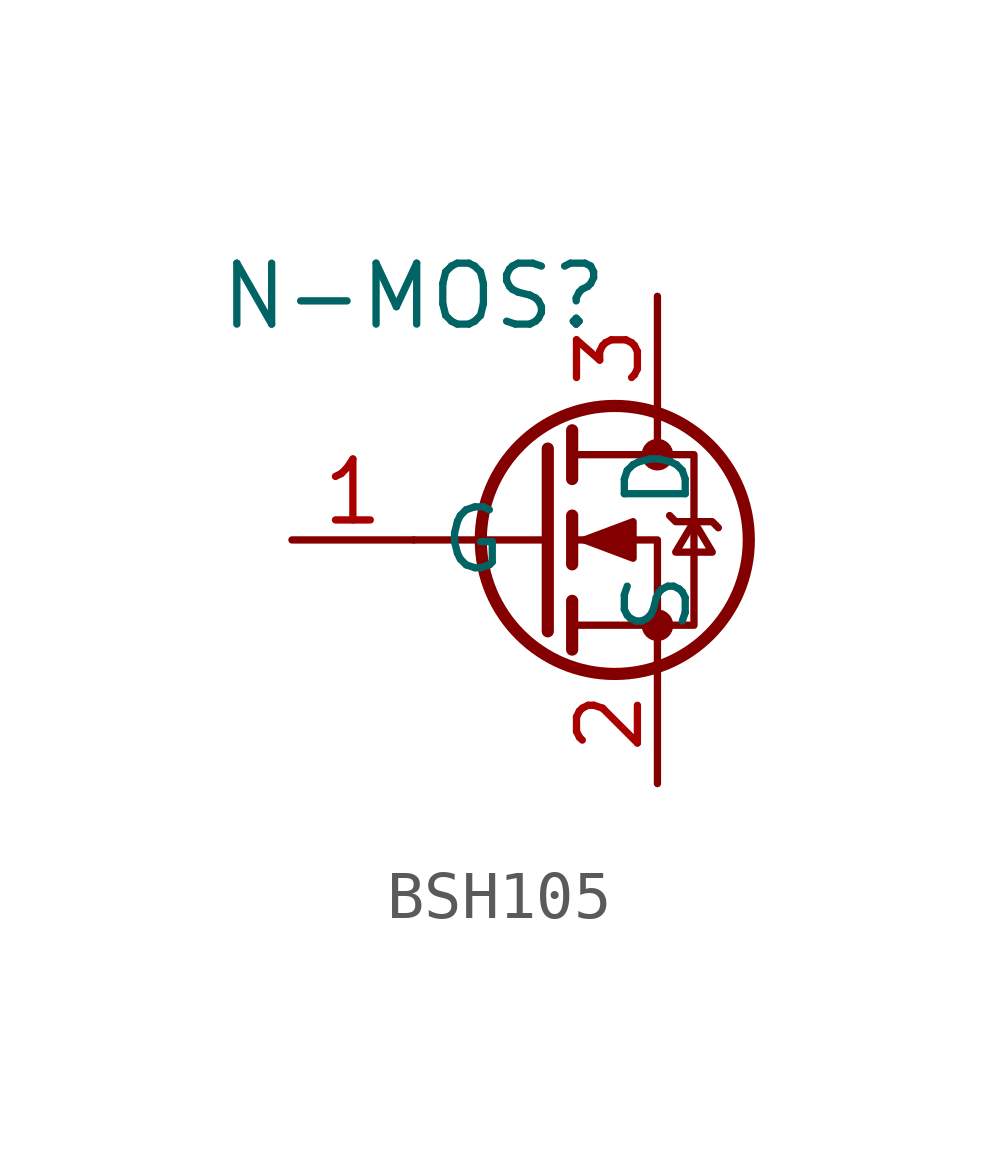
<source format=kicad_sym>
(kicad_symbol_lib
  (version 20241209)
  (generator "kicad_symbol_editor")
  (generator_version "9.0")
  (symbol "BSH105"
    (property "Reference" "N-MOS"
      (at 0 0 0)
      (effects (font (size 1.27 1.27))))
    (property "Value" ""
      (at 0 0 0)
      (effects (font (size 1.27 1.27))))
    (symbol "BSH105_0_1"
      (polyline (pts (xy 2.794 -3.175) (xy 2.794 -6.985)) (stroke (width 0.254) (type default)) (fill (type none)))
      (polyline (pts (xy 2.794 -5.08) (xy 0 -5.08)) (stroke (width 0) (type default)) (fill (type none)))
      (polyline (pts (xy 3.302 -2.794) (xy 3.302 -3.81)) (stroke (width 0.254) (type default)) (fill (type none)))
      (polyline (pts (xy 3.302 -4.572) (xy 3.302 -5.588)) (stroke (width 0.254) (type default)) (fill (type none)))
      (polyline (pts (xy 3.302 -6.35) (xy 3.302 -7.366)) (stroke (width 0.254) (type default)) (fill (type none)))
      (polyline (pts (xy 3.302 -6.858) (xy 5.842 -6.858) (xy 5.842 -3.302) (xy 3.302 -3.302)) (stroke (width 0) (type default)) (fill (type none)))
      (polyline (pts (xy 3.556 -5.08) (xy 4.572 -4.699) (xy 4.572 -5.461) (xy 3.556 -5.08)) (stroke (width 0) (type default)) (fill (type outline)))
      (circle (center 4.191 -5.08) (radius 2.794) (stroke (width 0.254) (type default)) (fill (type none)))
      (polyline (pts (xy 5.08 -2.54) (xy 5.08 -3.302)) (stroke (width 0) (type default)) (fill (type none)))
      (circle (center 5.08 -3.302) (radius 0.254) (stroke (width 0) (type default)) (fill (type outline)))
      (circle (center 5.08 -6.858) (radius 0.254) (stroke (width 0) (type default)) (fill (type outline)))
      (polyline (pts (xy 5.08 -7.62) (xy 5.08 -5.08) (xy 3.302 -5.08)) (stroke (width 0) (type default)) (fill (type none)))
      (polyline (pts (xy 5.334 -4.572) (xy 5.461 -4.699) (xy 6.223 -4.699) (xy 6.35 -4.826)) (stroke (width 0) (type default)) (fill (type none)))
      (polyline (pts (xy 5.842 -4.699) (xy 5.461 -5.334) (xy 6.223 -5.334) (xy 5.842 -4.699)) (stroke (width 0) (type default)) (fill (type none))))
    (symbol "BSH105_1_1"
      (pin input line (at -2.54 -5.08 0) (length 2.54) (name "G" (effects (font (size 1.27 1.27)))) (number "1" (effects (font (size 1.27 1.27)))))
      (pin passive line (at 5.08 0 270) (length 2.54) (name "D" (effects (font (size 1.27 1.27)))) (number "3" (effects (font (size 1.27 1.27)))))
      (pin passive line (at 5.08 -10.16 90) (length 2.54) (name "S" (effects (font (size 1.27 1.27)))) (number "2" (effects (font (size 1.27 1.27))))))))
</source>
